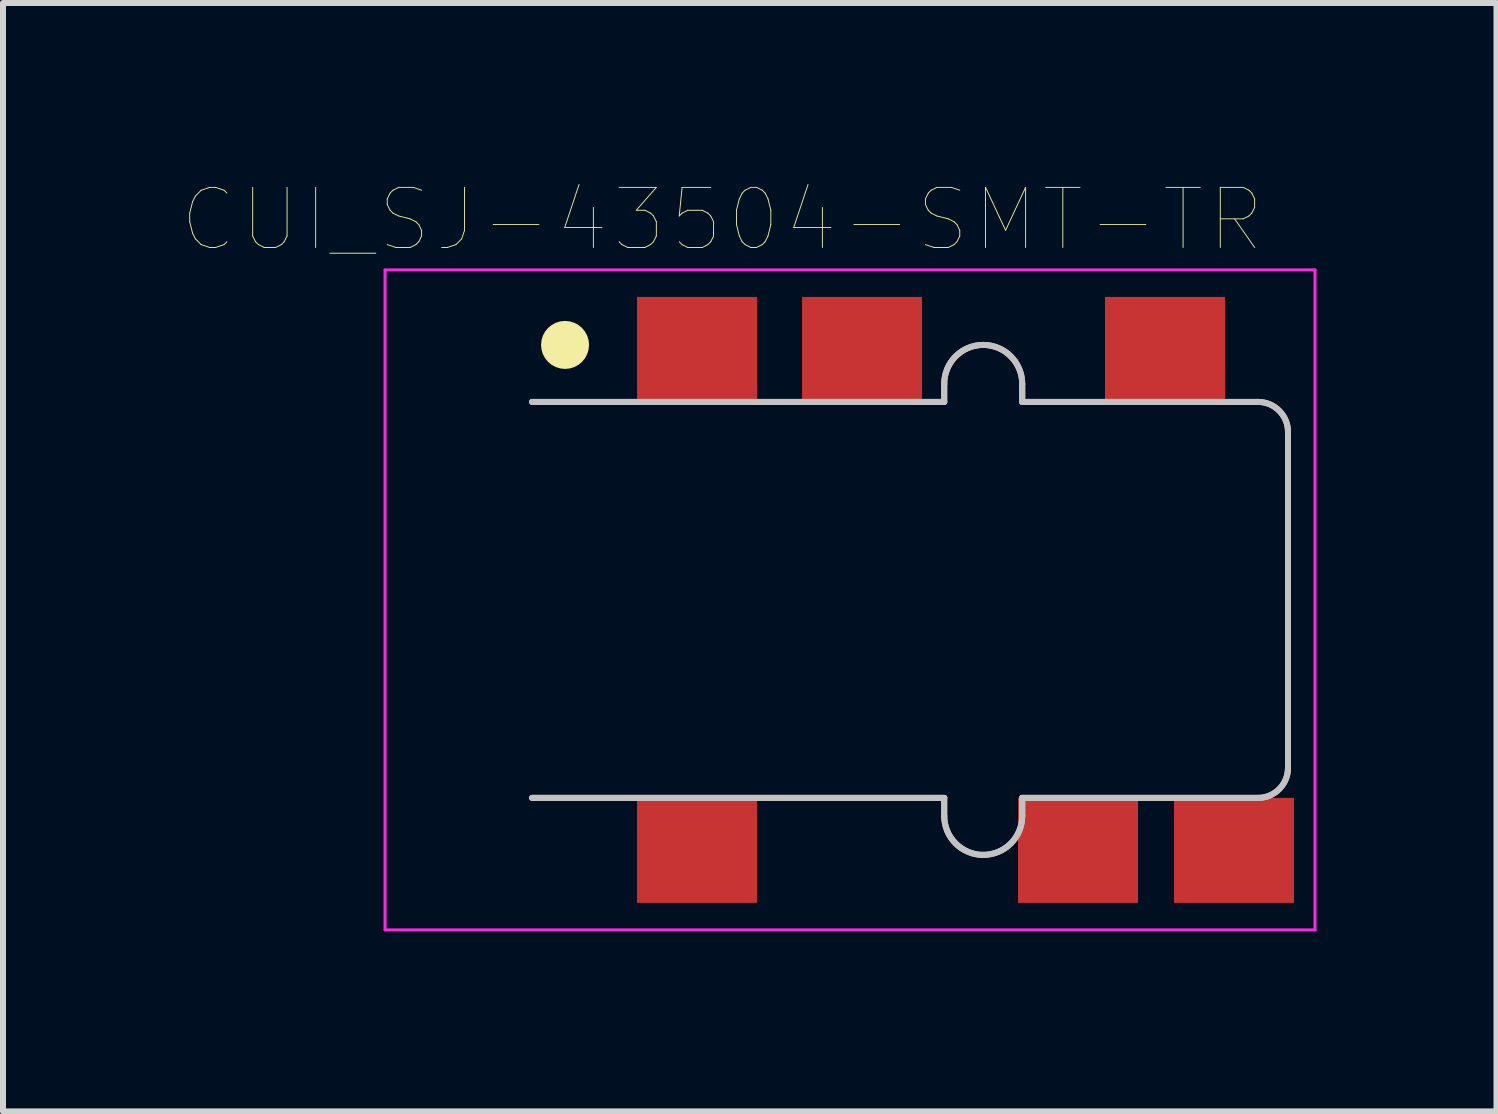
<source format=kicad_pcb>
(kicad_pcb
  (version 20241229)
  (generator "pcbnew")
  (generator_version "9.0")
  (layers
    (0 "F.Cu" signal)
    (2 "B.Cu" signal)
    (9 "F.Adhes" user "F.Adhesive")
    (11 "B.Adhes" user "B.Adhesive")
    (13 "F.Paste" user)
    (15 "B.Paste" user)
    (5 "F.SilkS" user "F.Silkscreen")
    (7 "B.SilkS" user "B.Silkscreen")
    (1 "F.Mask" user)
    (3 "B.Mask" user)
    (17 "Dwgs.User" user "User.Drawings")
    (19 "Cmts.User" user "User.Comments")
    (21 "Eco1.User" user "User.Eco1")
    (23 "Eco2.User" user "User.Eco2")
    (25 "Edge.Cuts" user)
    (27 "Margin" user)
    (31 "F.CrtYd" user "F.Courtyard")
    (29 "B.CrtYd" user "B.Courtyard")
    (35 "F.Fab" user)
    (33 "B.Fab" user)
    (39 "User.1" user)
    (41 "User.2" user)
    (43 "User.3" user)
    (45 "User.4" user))
  (footprint "CUI_SJ-43504-SMT-TR"
    (layer "F.Cu")
    (at 12.118 6.949)
    (property "Reference" "CUI_SJ-43504-SMT-TR" (at -3.131 -6.337 0) (layer "F.SilkS") (effects (font (size 1.002 1.002) (thickness 0.015))))
    (attr through_hole)
    (fp_circle (center -5.75 -4.25) (end -5.55 -4.25) (stroke (width 0.4) (type solid)) (fill no) (layer "F.SilkS"))
    (fp_line (start -6.3 -3.3) (end 0.57 -3.3) (stroke (width 0.1) (type solid)) (layer "Dwgs.User"))
    (fp_line (start 0.57 -3.3) (end 0.57 -3.6) (stroke (width 0.1) (type solid)) (layer "Dwgs.User"))
    (fp_line (start 0.57 3.3) (end -6.3 3.3) (stroke (width 0.1) (type solid)) (layer "Dwgs.User"))
    (fp_line (start 0.57 3.6) (end 0.57 3.3) (stroke (width 0.1) (type solid)) (layer "Dwgs.User"))
    (fp_line (start 1.87 -3.6) (end 1.87 -3.3) (stroke (width 0.1) (type solid)) (layer "Dwgs.User"))
    (fp_line (start 1.87 -3.3) (end 5.8 -3.3) (stroke (width 0.1) (type solid)) (layer "Dwgs.User"))
    (fp_line (start 1.87 3.3) (end 1.87 3.6) (stroke (width 0.1) (type solid)) (layer "Dwgs.User"))
    (fp_line (start 5.8 3.3) (end 1.87 3.3) (stroke (width 0.1) (type solid)) (layer "Dwgs.User"))
    (fp_line (start 6.3 -2.8) (end 6.3 2.8) (stroke (width 0.1) (type solid)) (layer "Dwgs.User"))
    (fp_arc (start 0.57 -3.6) (mid 0.760381 -4.059619) (end 1.22 -4.25) (stroke (width 0.1) (type solid)) (layer "Dwgs.User"))
    (fp_arc (start 1.22 -4.25) (mid 1.679619 -4.059619) (end 1.87 -3.6) (stroke (width 0.1) (type solid)) (layer "Dwgs.User"))
    (fp_arc (start 1.22 4.25) (mid 0.760381 4.059619) (end 0.57 3.6) (stroke (width 0.1) (type solid)) (layer "Dwgs.User"))
    (fp_arc (start 1.87 3.6) (mid 1.679619 4.059619) (end 1.22 4.25) (stroke (width 0.1) (type solid)) (layer "Dwgs.User"))
    (fp_arc (start 5.8 -3.3) (mid 6.153553 -3.153553) (end 6.3 -2.8) (stroke (width 0.1) (type solid)) (layer "Dwgs.User"))
    (fp_arc (start 6.3 2.8) (mid 6.153553 3.153553) (end 5.8 3.3) (stroke (width 0.1) (type solid)) (layer "Dwgs.User"))
    (fp_line (start -6.3 -3.3) (end 0.57 -3.3) (stroke (width 0.1) (type solid)) (layer "Edge.Cuts"))
    (fp_line (start 0.57 -3.3) (end 0.57 -3.6) (stroke (width 0.1) (type solid)) (layer "Edge.Cuts"))
    (fp_line (start 0.57 3.3) (end -6.3 3.3) (stroke (width 0.1) (type solid)) (layer "Edge.Cuts"))
    (fp_line (start 0.57 3.6) (end 0.57 3.3) (stroke (width 0.1) (type solid)) (layer "Edge.Cuts"))
    (fp_line (start 1.87 -3.6) (end 1.87 -3.3) (stroke (width 0.1) (type solid)) (layer "Edge.Cuts"))
    (fp_line (start 1.87 -3.3) (end 5.8 -3.3) (stroke (width 0.1) (type solid)) (layer "Edge.Cuts"))
    (fp_line (start 1.87 3.3) (end 1.87 3.6) (stroke (width 0.1) (type solid)) (layer "Edge.Cuts"))
    (fp_line (start 5.8 3.3) (end 1.87 3.3) (stroke (width 0.1) (type solid)) (layer "Edge.Cuts"))
    (fp_line (start 6.3 -2.8) (end 6.3 2.8) (stroke (width 0.1) (type solid)) (layer "Edge.Cuts"))
    (fp_arc (start 0.57 -3.6) (mid 0.760381 -4.059619) (end 1.22 -4.25) (stroke (width 0.1) (type solid)) (layer "Edge.Cuts"))
    (fp_arc (start 1.22 -4.25) (mid 1.679619 -4.059619) (end 1.87 -3.6) (stroke (width 0.1) (type solid)) (layer "Edge.Cuts"))
    (fp_arc (start 1.22 4.25) (mid 0.760381 4.059619) (end 0.57 3.6) (stroke (width 0.1) (type solid)) (layer "Edge.Cuts"))
    (fp_arc (start 1.87 3.6) (mid 1.679619 4.059619) (end 1.22 4.25) (stroke (width 0.1) (type solid)) (layer "Edge.Cuts"))
    (fp_arc (start 5.8 -3.3) (mid 6.153553 -3.153553) (end 6.3 -2.8) (stroke (width 0.1) (type solid)) (layer "Edge.Cuts"))
    (fp_arc (start 6.3 2.8) (mid 6.153553 3.153553) (end 5.8 3.3) (stroke (width 0.1) (type solid)) (layer "Edge.Cuts"))
    (fp_line (start -8.75 -5.5) (end 6.75 -5.5) (stroke (width 0.05) (type solid)) (layer "F.CrtYd"))
    (fp_line (start -8.75 5.5) (end -8.75 -5.5) (stroke (width 0.05) (type solid)) (layer "F.CrtYd"))
    (fp_line (start 6.75 -5.5) (end 6.75 5.5) (stroke (width 0.05) (type solid)) (layer "F.CrtYd"))
    (fp_line (start 6.75 5.5) (end -8.75 5.5) (stroke (width 0.05) (type solid)) (layer "F.CrtYd"))
    (pad "1" smd rect (at -3.55 -4.175) (size 2 1.75) (layers "F.Cu" "F.Mask" "F.Paste"))
    (pad "2" smd rect (at 2.8 4.175) (size 2 1.75) (layers "F.Cu" "F.Mask" "F.Paste"))
    (pad "3" smd rect (at -0.8 -4.175) (size 2 1.75) (layers "F.Cu" "F.Mask" "F.Paste"))
    (pad "4" smd rect (at -3.55 4.175) (size 2 1.75) (layers "F.Cu" "F.Mask" "F.Paste"))
    (pad "5" smd rect (at 5.4 4.175) (size 2 1.75) (layers "F.Cu" "F.Mask" "F.Paste"))
    (pad "6" smd rect (at 4.25 -4.175) (size 2 1.75) (layers "F.Cu" "F.Mask" "F.Paste")))
  (gr_rect
    (start -3 -3)
    (end 21.893 15.474)
    (stroke (width 0.1) (type default))
    (fill no)
    (layer "Edge.Cuts")))
</source>
